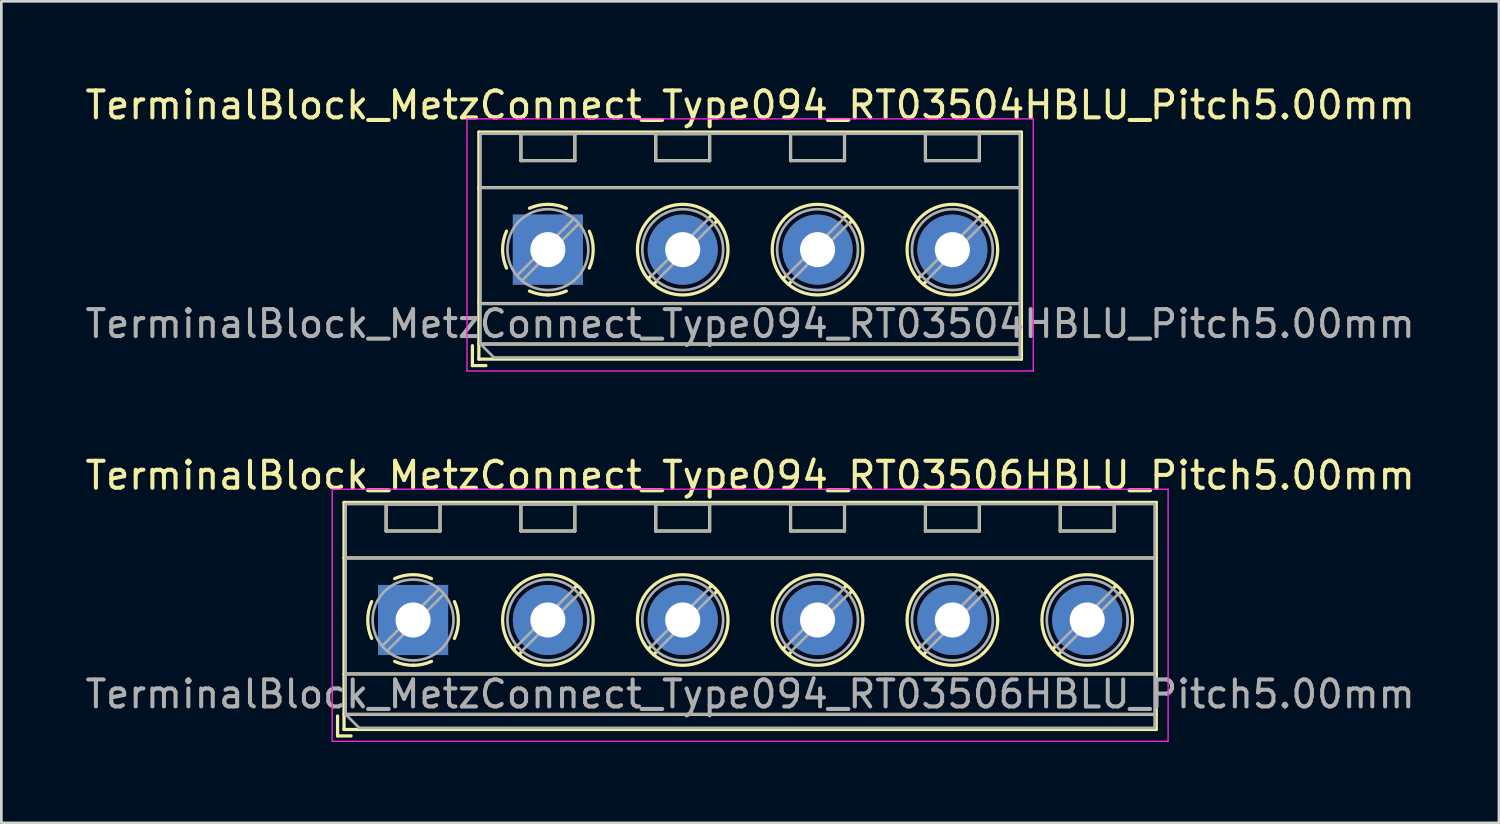
<source format=kicad_pcb>
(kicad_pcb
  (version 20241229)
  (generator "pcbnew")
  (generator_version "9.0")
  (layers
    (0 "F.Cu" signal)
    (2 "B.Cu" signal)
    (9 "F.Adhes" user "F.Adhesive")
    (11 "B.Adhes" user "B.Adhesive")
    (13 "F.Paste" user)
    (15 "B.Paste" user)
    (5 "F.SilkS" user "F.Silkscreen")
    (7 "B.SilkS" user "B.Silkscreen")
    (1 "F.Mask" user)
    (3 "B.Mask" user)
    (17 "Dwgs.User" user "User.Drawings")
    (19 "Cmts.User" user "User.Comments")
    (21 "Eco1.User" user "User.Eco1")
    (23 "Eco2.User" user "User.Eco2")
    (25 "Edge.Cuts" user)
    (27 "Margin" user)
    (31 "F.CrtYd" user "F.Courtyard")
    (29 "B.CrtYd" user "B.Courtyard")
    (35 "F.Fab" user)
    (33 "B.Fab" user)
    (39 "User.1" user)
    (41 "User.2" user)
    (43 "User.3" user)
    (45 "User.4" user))
  (footprint "TerminalBlock_MetzConnect_Type094_RT03506HBLU_Pitch5.00mm"
    (layer "F.Cu")
    (at 12.268 19.942)
    (property "Reference" "TerminalBlock_MetzConnect_Type094_RT03506HBLU_Pitch5.00mm" (at 12.5 -5.36 0) (layer "F.SilkS") (effects (font (size 1 1) (thickness 0.15))))
    (attr through_hole)
    (fp_line (start -2.8 3.56) (end -2.8 4.3) (stroke (width 0.12) (type solid)) (layer "F.SilkS"))
    (fp_line (start -2.8 4.3) (end -2.3 4.3) (stroke (width 0.12) (type solid)) (layer "F.SilkS"))
    (fp_line (start -2.56 -4.36) (end -2.56 4.06) (stroke (width 0.12) (type solid)) (layer "F.SilkS"))
    (fp_line (start -2.56 -2.3) (end 27.56 -2.3) (stroke (width 0.12) (type solid)) (layer "F.SilkS"))
    (fp_line (start -2.56 2) (end 27.56 2) (stroke (width 0.12) (type solid)) (layer "F.SilkS"))
    (fp_line (start -2.56 3.5) (end 27.56 3.5) (stroke (width 0.12) (type solid)) (layer "F.SilkS"))
    (fp_line (start -2.56 4.06) (end 27.56 4.06) (stroke (width 0.12) (type solid)) (layer "F.SilkS"))
    (fp_line (start -1 -4.3) (end -1 -3.3) (stroke (width 0.12) (type solid)) (layer "F.SilkS"))
    (fp_line (start -1 -4.3) (end 1 -4.3) (stroke (width 0.12) (type solid)) (layer "F.SilkS"))
    (fp_line (start -1 -3.3) (end 1 -3.3) (stroke (width 0.12) (type solid)) (layer "F.SilkS"))
    (fp_line (start 1 -4.3) (end 1 -3.3) (stroke (width 0.12) (type solid)) (layer "F.SilkS"))
    (fp_line (start 3.82 0.976) (end 3.726 1.069) (stroke (width 0.12) (type solid)) (layer "F.SilkS"))
    (fp_line (start 4 -4.3) (end 4 -3.3) (stroke (width 0.12) (type solid)) (layer "F.SilkS"))
    (fp_line (start 4 -4.3) (end 6 -4.3) (stroke (width 0.12) (type solid)) (layer "F.SilkS"))
    (fp_line (start 4 -3.3) (end 6 -3.3) (stroke (width 0.12) (type solid)) (layer "F.SilkS"))
    (fp_line (start 4.002 1.204) (end 3.931 1.274) (stroke (width 0.12) (type solid)) (layer "F.SilkS"))
    (fp_line (start 6 -4.3) (end 6 -3.3) (stroke (width 0.12) (type solid)) (layer "F.SilkS"))
    (fp_line (start 6.07 -1.275) (end 5.999 -1.204) (stroke (width 0.12) (type solid)) (layer "F.SilkS"))
    (fp_line (start 6.275 -1.069) (end 6.181 -0.976) (stroke (width 0.12) (type solid)) (layer "F.SilkS"))
    (fp_line (start 8.82 0.976) (end 8.726 1.069) (stroke (width 0.12) (type solid)) (layer "F.SilkS"))
    (fp_line (start 9 -4.3) (end 9 -3.3) (stroke (width 0.12) (type solid)) (layer "F.SilkS"))
    (fp_line (start 9 -4.3) (end 11 -4.3) (stroke (width 0.12) (type solid)) (layer "F.SilkS"))
    (fp_line (start 9 -3.3) (end 11 -3.3) (stroke (width 0.12) (type solid)) (layer "F.SilkS"))
    (fp_line (start 9.002 1.204) (end 8.931 1.274) (stroke (width 0.12) (type solid)) (layer "F.SilkS"))
    (fp_line (start 11 -4.3) (end 11 -3.3) (stroke (width 0.12) (type solid)) (layer "F.SilkS"))
    (fp_line (start 11.07 -1.275) (end 10.999 -1.204) (stroke (width 0.12) (type solid)) (layer "F.SilkS"))
    (fp_line (start 11.275 -1.069) (end 11.181 -0.976) (stroke (width 0.12) (type solid)) (layer "F.SilkS"))
    (fp_line (start 13.82 0.976) (end 13.726 1.069) (stroke (width 0.12) (type solid)) (layer "F.SilkS"))
    (fp_line (start 14 -4.3) (end 14 -3.3) (stroke (width 0.12) (type solid)) (layer "F.SilkS"))
    (fp_line (start 14 -4.3) (end 16 -4.3) (stroke (width 0.12) (type solid)) (layer "F.SilkS"))
    (fp_line (start 14 -3.3) (end 16 -3.3) (stroke (width 0.12) (type solid)) (layer "F.SilkS"))
    (fp_line (start 14.002 1.204) (end 13.931 1.274) (stroke (width 0.12) (type solid)) (layer "F.SilkS"))
    (fp_line (start 16 -4.3) (end 16 -3.3) (stroke (width 0.12) (type solid)) (layer "F.SilkS"))
    (fp_line (start 16.07 -1.275) (end 15.999 -1.204) (stroke (width 0.12) (type solid)) (layer "F.SilkS"))
    (fp_line (start 16.275 -1.069) (end 16.181 -0.976) (stroke (width 0.12) (type solid)) (layer "F.SilkS"))
    (fp_line (start 18.82 0.976) (end 18.726 1.069) (stroke (width 0.12) (type solid)) (layer "F.SilkS"))
    (fp_line (start 19 -4.3) (end 19 -3.3) (stroke (width 0.12) (type solid)) (layer "F.SilkS"))
    (fp_line (start 19 -4.3) (end 21 -4.3) (stroke (width 0.12) (type solid)) (layer "F.SilkS"))
    (fp_line (start 19 -3.3) (end 21 -3.3) (stroke (width 0.12) (type solid)) (layer "F.SilkS"))
    (fp_line (start 19.002 1.204) (end 18.931 1.274) (stroke (width 0.12) (type solid)) (layer "F.SilkS"))
    (fp_line (start 21 -4.3) (end 21 -3.3) (stroke (width 0.12) (type solid)) (layer "F.SilkS"))
    (fp_line (start 21.07 -1.275) (end 20.999 -1.204) (stroke (width 0.12) (type solid)) (layer "F.SilkS"))
    (fp_line (start 21.275 -1.069) (end 21.181 -0.976) (stroke (width 0.12) (type solid)) (layer "F.SilkS"))
    (fp_line (start 23.82 0.976) (end 23.726 1.069) (stroke (width 0.12) (type solid)) (layer "F.SilkS"))
    (fp_line (start 24 -4.3) (end 24 -3.3) (stroke (width 0.12) (type solid)) (layer "F.SilkS"))
    (fp_line (start 24 -4.3) (end 26 -4.3) (stroke (width 0.12) (type solid)) (layer "F.SilkS"))
    (fp_line (start 24 -3.3) (end 26 -3.3) (stroke (width 0.12) (type solid)) (layer "F.SilkS"))
    (fp_line (start 24.002 1.204) (end 23.931 1.274) (stroke (width 0.12) (type solid)) (layer "F.SilkS"))
    (fp_line (start 26 -4.3) (end 26 -3.3) (stroke (width 0.12) (type solid)) (layer "F.SilkS"))
    (fp_line (start 26.07 -1.275) (end 25.999 -1.204) (stroke (width 0.12) (type solid)) (layer "F.SilkS"))
    (fp_line (start 26.275 -1.069) (end 26.181 -0.976) (stroke (width 0.12) (type solid)) (layer "F.SilkS"))
    (fp_line (start 27.56 -4.36) (end -2.56 -4.36) (stroke (width 0.12) (type solid)) (layer "F.SilkS"))
    (fp_line (start 27.56 4.06) (end 27.56 -4.36) (stroke (width 0.12) (type solid)) (layer "F.SilkS"))
    (fp_arc (start -1.535427 0.683042) (mid -1.680501 -0.000524) (end -1.535 -0.684) (stroke (width 0.12) (type solid)) (layer "F.SilkS"))
    (fp_arc (start -0.683042 -1.535427) (mid 0.000524 -1.680501) (end 0.684 -1.535) (stroke (width 0.12) (type solid)) (layer "F.SilkS"))
    (fp_arc (start 0.028805 1.680253) (mid -0.335551 1.646659) (end -0.684 1.535) (stroke (width 0.12) (type solid)) (layer "F.SilkS"))
    (fp_arc (start 0.683318 1.534756) (mid 0.349292 1.643288) (end 0 1.68) (stroke (width 0.12) (type solid)) (layer "F.SilkS"))
    (fp_arc (start 1.535427 -0.683042) (mid 1.680501 0.000524) (end 1.535 0.684) (stroke (width 0.12) (type solid)) (layer "F.SilkS"))
    (fp_circle (center 5 0) (end 6.68 0) (stroke (width 0.12) (type solid)) (fill no) (layer "F.SilkS"))
    (fp_circle (center 10 0) (end 11.68 0) (stroke (width 0.12) (type solid)) (fill no) (layer "F.SilkS"))
    (fp_circle (center 15 0) (end 16.68 0) (stroke (width 0.12) (type solid)) (fill no) (layer "F.SilkS"))
    (fp_circle (center 20 0) (end 21.68 0) (stroke (width 0.12) (type solid)) (fill no) (layer "F.SilkS"))
    (fp_circle (center 25 0) (end 26.68 0) (stroke (width 0.12) (type solid)) (fill no) (layer "F.SilkS"))
    (fp_line (start -3 -4.85) (end -3 4.5) (stroke (width 0.05) (type solid)) (layer "F.CrtYd"))
    (fp_line (start -3 4.5) (end 28 4.5) (stroke (width 0.05) (type solid)) (layer "F.CrtYd"))
    (fp_line (start 28 -4.85) (end -3 -4.85) (stroke (width 0.05) (type solid)) (layer "F.CrtYd"))
    (fp_line (start 28 4.5) (end 28 -4.85) (stroke (width 0.05) (type solid)) (layer "F.CrtYd"))
    (fp_line (start -2.5 -4.3) (end 27.5 -4.3) (stroke (width 0.1) (type solid)) (layer "F.Fab"))
    (fp_line (start -2.5 -2.3) (end 27.5 -2.3) (stroke (width 0.1) (type solid)) (layer "F.Fab"))
    (fp_line (start -2.5 2) (end 27.5 2) (stroke (width 0.1) (type solid)) (layer "F.Fab"))
    (fp_line (start -2.5 3.5) (end -2.5 -4.3) (stroke (width 0.1) (type solid)) (layer "F.Fab"))
    (fp_line (start -2.5 3.5) (end 27.5 3.5) (stroke (width 0.1) (type solid)) (layer "F.Fab"))
    (fp_line (start -2 4) (end -2.5 3.5) (stroke (width 0.1) (type solid)) (layer "F.Fab"))
    (fp_line (start -1 -4.3) (end -1 -3.3) (stroke (width 0.1) (type solid)) (layer "F.Fab"))
    (fp_line (start -1 -3.3) (end 1 -3.3) (stroke (width 0.1) (type solid)) (layer "F.Fab"))
    (fp_line (start 0.955 -1.138) (end -1.138 0.955) (stroke (width 0.1) (type solid)) (layer "F.Fab"))
    (fp_line (start 1 -4.3) (end -1 -4.3) (stroke (width 0.1) (type solid)) (layer "F.Fab"))
    (fp_line (start 1 -3.3) (end 1 -4.3) (stroke (width 0.1) (type solid)) (layer "F.Fab"))
    (fp_line (start 1.138 -0.955) (end -0.955 1.138) (stroke (width 0.1) (type solid)) (layer "F.Fab"))
    (fp_line (start 4 -4.3) (end 4 -3.3) (stroke (width 0.1) (type solid)) (layer "F.Fab"))
    (fp_line (start 4 -3.3) (end 6 -3.3) (stroke (width 0.1) (type solid)) (layer "F.Fab"))
    (fp_line (start 5.955 -1.138) (end 3.863 0.955) (stroke (width 0.1) (type solid)) (layer "F.Fab"))
    (fp_line (start 6 -4.3) (end 4 -4.3) (stroke (width 0.1) (type solid)) (layer "F.Fab"))
    (fp_line (start 6 -3.3) (end 6 -4.3) (stroke (width 0.1) (type solid)) (layer "F.Fab"))
    (fp_line (start 6.138 -0.955) (end 4.046 1.138) (stroke (width 0.1) (type solid)) (layer "F.Fab"))
    (fp_line (start 9 -4.3) (end 9 -3.3) (stroke (width 0.1) (type solid)) (layer "F.Fab"))
    (fp_line (start 9 -3.3) (end 11 -3.3) (stroke (width 0.1) (type solid)) (layer "F.Fab"))
    (fp_line (start 10.955 -1.138) (end 8.863 0.955) (stroke (width 0.1) (type solid)) (layer "F.Fab"))
    (fp_line (start 11 -4.3) (end 9 -4.3) (stroke (width 0.1) (type solid)) (layer "F.Fab"))
    (fp_line (start 11 -3.3) (end 11 -4.3) (stroke (width 0.1) (type solid)) (layer "F.Fab"))
    (fp_line (start 11.138 -0.955) (end 9.046 1.138) (stroke (width 0.1) (type solid)) (layer "F.Fab"))
    (fp_line (start 14 -4.3) (end 14 -3.3) (stroke (width 0.1) (type solid)) (layer "F.Fab"))
    (fp_line (start 14 -3.3) (end 16 -3.3) (stroke (width 0.1) (type solid)) (layer "F.Fab"))
    (fp_line (start 15.955 -1.138) (end 13.863 0.955) (stroke (width 0.1) (type solid)) (layer "F.Fab"))
    (fp_line (start 16 -4.3) (end 14 -4.3) (stroke (width 0.1) (type solid)) (layer "F.Fab"))
    (fp_line (start 16 -3.3) (end 16 -4.3) (stroke (width 0.1) (type solid)) (layer "F.Fab"))
    (fp_line (start 16.138 -0.955) (end 14.046 1.138) (stroke (width 0.1) (type solid)) (layer "F.Fab"))
    (fp_line (start 19 -4.3) (end 19 -3.3) (stroke (width 0.1) (type solid)) (layer "F.Fab"))
    (fp_line (start 19 -3.3) (end 21 -3.3) (stroke (width 0.1) (type solid)) (layer "F.Fab"))
    (fp_line (start 20.955 -1.138) (end 18.863 0.955) (stroke (width 0.1) (type solid)) (layer "F.Fab"))
    (fp_line (start 21 -4.3) (end 19 -4.3) (stroke (width 0.1) (type solid)) (layer "F.Fab"))
    (fp_line (start 21 -3.3) (end 21 -4.3) (stroke (width 0.1) (type solid)) (layer "F.Fab"))
    (fp_line (start 21.138 -0.955) (end 19.046 1.138) (stroke (width 0.1) (type solid)) (layer "F.Fab"))
    (fp_line (start 24 -4.3) (end 24 -3.3) (stroke (width 0.1) (type solid)) (layer "F.Fab"))
    (fp_line (start 24 -3.3) (end 26 -3.3) (stroke (width 0.1) (type solid)) (layer "F.Fab"))
    (fp_line (start 25.955 -1.138) (end 23.863 0.955) (stroke (width 0.1) (type solid)) (layer "F.Fab"))
    (fp_line (start 26 -4.3) (end 24 -4.3) (stroke (width 0.1) (type solid)) (layer "F.Fab"))
    (fp_line (start 26 -3.3) (end 26 -4.3) (stroke (width 0.1) (type solid)) (layer "F.Fab"))
    (fp_line (start 26.138 -0.955) (end 24.046 1.138) (stroke (width 0.1) (type solid)) (layer "F.Fab"))
    (fp_line (start 27.5 -4.3) (end 27.5 4) (stroke (width 0.1) (type solid)) (layer "F.Fab"))
    (fp_line (start 27.5 4) (end -2 4) (stroke (width 0.1) (type solid)) (layer "F.Fab"))
    (fp_circle (center 0 0) (end 1.5 0) (stroke (width 0.1) (type solid)) (fill no) (layer "F.Fab"))
    (fp_circle (center 5 0) (end 6.5 0) (stroke (width 0.1) (type solid)) (fill no) (layer "F.Fab"))
    (fp_circle (center 10 0) (end 11.5 0) (stroke (width 0.1) (type solid)) (fill no) (layer "F.Fab"))
    (fp_circle (center 15 0) (end 16.5 0) (stroke (width 0.1) (type solid)) (fill no) (layer "F.Fab"))
    (fp_circle (center 20 0) (end 21.5 0) (stroke (width 0.1) (type solid)) (fill no) (layer "F.Fab"))
    (fp_circle (center 25 0) (end 26.5 0) (stroke (width 0.1) (type solid)) (fill no) (layer "F.Fab"))
    (fp_text user "${REFERENCE}" (at 12.5 2.75 0) (layer "F.Fab") (effects (font (size 1 1) (thickness 0.15))))
    (pad "1" thru_hole rect (at 0 0) (size 2.6 2.6) (drill 1.3) (layers "*.Cu" "*.Mask"))
    (pad "2" thru_hole oval (at 5 0) (size 2.6 2.6) (drill 1.3) (layers "*.Cu" "*.Mask"))
    (pad "3" thru_hole oval (at 10 0) (size 2.6 2.6) (drill 1.3) (layers "*.Cu" "*.Mask"))
    (pad "4" thru_hole oval (at 15 0) (size 2.6 2.6) (drill 1.3) (layers "*.Cu" "*.Mask"))
    (pad "5" thru_hole oval (at 20 0) (size 2.6 2.6) (drill 1.3) (layers "*.Cu" "*.Mask"))
    (pad "6" thru_hole oval (at 25 0) (size 2.6 2.6) (drill 1.3) (layers "*.Cu" "*.Mask")))
  (footprint "TerminalBlock_MetzConnect_Type094_RT03504HBLU_Pitch5.00mm"
    (layer "F.Cu")
    (at 17.268 6.208)
    (property "Reference" "TerminalBlock_MetzConnect_Type094_RT03504HBLU_Pitch5.00mm" (at 7.5 -5.36 0) (layer "F.SilkS") (effects (font (size 1 1) (thickness 0.15))))
    (attr through_hole)
    (fp_line (start -2.8 3.56) (end -2.8 4.3) (stroke (width 0.12) (type solid)) (layer "F.SilkS"))
    (fp_line (start -2.8 4.3) (end -2.3 4.3) (stroke (width 0.12) (type solid)) (layer "F.SilkS"))
    (fp_line (start -2.56 -4.36) (end -2.56 4.06) (stroke (width 0.12) (type solid)) (layer "F.SilkS"))
    (fp_line (start -2.56 -2.3) (end 17.56 -2.3) (stroke (width 0.12) (type solid)) (layer "F.SilkS"))
    (fp_line (start -2.56 2) (end 17.56 2) (stroke (width 0.12) (type solid)) (layer "F.SilkS"))
    (fp_line (start -2.56 3.5) (end 17.56 3.5) (stroke (width 0.12) (type solid)) (layer "F.SilkS"))
    (fp_line (start -2.56 4.06) (end 17.56 4.06) (stroke (width 0.12) (type solid)) (layer "F.SilkS"))
    (fp_line (start -1 -4.3) (end -1 -3.3) (stroke (width 0.12) (type solid)) (layer "F.SilkS"))
    (fp_line (start -1 -4.3) (end 1 -4.3) (stroke (width 0.12) (type solid)) (layer "F.SilkS"))
    (fp_line (start -1 -3.3) (end 1 -3.3) (stroke (width 0.12) (type solid)) (layer "F.SilkS"))
    (fp_line (start 1 -4.3) (end 1 -3.3) (stroke (width 0.12) (type solid)) (layer "F.SilkS"))
    (fp_line (start 3.82 0.976) (end 3.726 1.069) (stroke (width 0.12) (type solid)) (layer "F.SilkS"))
    (fp_line (start 4 -4.3) (end 4 -3.3) (stroke (width 0.12) (type solid)) (layer "F.SilkS"))
    (fp_line (start 4 -4.3) (end 6 -4.3) (stroke (width 0.12) (type solid)) (layer "F.SilkS"))
    (fp_line (start 4 -3.3) (end 6 -3.3) (stroke (width 0.12) (type solid)) (layer "F.SilkS"))
    (fp_line (start 4.002 1.204) (end 3.931 1.274) (stroke (width 0.12) (type solid)) (layer "F.SilkS"))
    (fp_line (start 6 -4.3) (end 6 -3.3) (stroke (width 0.12) (type solid)) (layer "F.SilkS"))
    (fp_line (start 6.07 -1.275) (end 5.999 -1.204) (stroke (width 0.12) (type solid)) (layer "F.SilkS"))
    (fp_line (start 6.275 -1.069) (end 6.181 -0.976) (stroke (width 0.12) (type solid)) (layer "F.SilkS"))
    (fp_line (start 8.82 0.976) (end 8.726 1.069) (stroke (width 0.12) (type solid)) (layer "F.SilkS"))
    (fp_line (start 9 -4.3) (end 9 -3.3) (stroke (width 0.12) (type solid)) (layer "F.SilkS"))
    (fp_line (start 9 -4.3) (end 11 -4.3) (stroke (width 0.12) (type solid)) (layer "F.SilkS"))
    (fp_line (start 9 -3.3) (end 11 -3.3) (stroke (width 0.12) (type solid)) (layer "F.SilkS"))
    (fp_line (start 9.002 1.204) (end 8.931 1.274) (stroke (width 0.12) (type solid)) (layer "F.SilkS"))
    (fp_line (start 11 -4.3) (end 11 -3.3) (stroke (width 0.12) (type solid)) (layer "F.SilkS"))
    (fp_line (start 11.07 -1.275) (end 10.999 -1.204) (stroke (width 0.12) (type solid)) (layer "F.SilkS"))
    (fp_line (start 11.275 -1.069) (end 11.181 -0.976) (stroke (width 0.12) (type solid)) (layer "F.SilkS"))
    (fp_line (start 13.82 0.976) (end 13.726 1.069) (stroke (width 0.12) (type solid)) (layer "F.SilkS"))
    (fp_line (start 14 -4.3) (end 14 -3.3) (stroke (width 0.12) (type solid)) (layer "F.SilkS"))
    (fp_line (start 14 -4.3) (end 16 -4.3) (stroke (width 0.12) (type solid)) (layer "F.SilkS"))
    (fp_line (start 14 -3.3) (end 16 -3.3) (stroke (width 0.12) (type solid)) (layer "F.SilkS"))
    (fp_line (start 14.002 1.204) (end 13.931 1.274) (stroke (width 0.12) (type solid)) (layer "F.SilkS"))
    (fp_line (start 16 -4.3) (end 16 -3.3) (stroke (width 0.12) (type solid)) (layer "F.SilkS"))
    (fp_line (start 16.07 -1.275) (end 15.999 -1.204) (stroke (width 0.12) (type solid)) (layer "F.SilkS"))
    (fp_line (start 16.275 -1.069) (end 16.181 -0.976) (stroke (width 0.12) (type solid)) (layer "F.SilkS"))
    (fp_line (start 17.56 -4.36) (end -2.56 -4.36) (stroke (width 0.12) (type solid)) (layer "F.SilkS"))
    (fp_line (start 17.56 4.06) (end 17.56 -4.36) (stroke (width 0.12) (type solid)) (layer "F.SilkS"))
    (fp_arc (start -1.535427 0.683042) (mid -1.680501 -0.000524) (end -1.535 -0.684) (stroke (width 0.12) (type solid)) (layer "F.SilkS"))
    (fp_arc (start -0.683042 -1.535427) (mid 0.000524 -1.680501) (end 0.684 -1.535) (stroke (width 0.12) (type solid)) (layer "F.SilkS"))
    (fp_arc (start 0.028805 1.680253) (mid -0.335551 1.646659) (end -0.684 1.535) (stroke (width 0.12) (type solid)) (layer "F.SilkS"))
    (fp_arc (start 0.683318 1.534756) (mid 0.349292 1.643288) (end 0 1.68) (stroke (width 0.12) (type solid)) (layer "F.SilkS"))
    (fp_arc (start 1.535427 -0.683042) (mid 1.680501 0.000524) (end 1.535 0.684) (stroke (width 0.12) (type solid)) (layer "F.SilkS"))
    (fp_circle (center 5 0) (end 6.68 0) (stroke (width 0.12) (type solid)) (fill no) (layer "F.SilkS"))
    (fp_circle (center 10 0) (end 11.68 0) (stroke (width 0.12) (type solid)) (fill no) (layer "F.SilkS"))
    (fp_circle (center 15 0) (end 16.68 0) (stroke (width 0.12) (type solid)) (fill no) (layer "F.SilkS"))
    (fp_line (start -3 -4.85) (end -3 4.5) (stroke (width 0.05) (type solid)) (layer "F.CrtYd"))
    (fp_line (start -3 4.5) (end 18 4.5) (stroke (width 0.05) (type solid)) (layer "F.CrtYd"))
    (fp_line (start 18 -4.85) (end -3 -4.85) (stroke (width 0.05) (type solid)) (layer "F.CrtYd"))
    (fp_line (start 18 4.5) (end 18 -4.85) (stroke (width 0.05) (type solid)) (layer "F.CrtYd"))
    (fp_line (start -2.5 -4.3) (end 17.5 -4.3) (stroke (width 0.1) (type solid)) (layer "F.Fab"))
    (fp_line (start -2.5 -2.3) (end 17.5 -2.3) (stroke (width 0.1) (type solid)) (layer "F.Fab"))
    (fp_line (start -2.5 2) (end 17.5 2) (stroke (width 0.1) (type solid)) (layer "F.Fab"))
    (fp_line (start -2.5 3.5) (end -2.5 -4.3) (stroke (width 0.1) (type solid)) (layer "F.Fab"))
    (fp_line (start -2.5 3.5) (end 17.5 3.5) (stroke (width 0.1) (type solid)) (layer "F.Fab"))
    (fp_line (start -2 4) (end -2.5 3.5) (stroke (width 0.1) (type solid)) (layer "F.Fab"))
    (fp_line (start -1 -4.3) (end -1 -3.3) (stroke (width 0.1) (type solid)) (layer "F.Fab"))
    (fp_line (start -1 -3.3) (end 1 -3.3) (stroke (width 0.1) (type solid)) (layer "F.Fab"))
    (fp_line (start 0.955 -1.138) (end -1.138 0.955) (stroke (width 0.1) (type solid)) (layer "F.Fab"))
    (fp_line (start 1 -4.3) (end -1 -4.3) (stroke (width 0.1) (type solid)) (layer "F.Fab"))
    (fp_line (start 1 -3.3) (end 1 -4.3) (stroke (width 0.1) (type solid)) (layer "F.Fab"))
    (fp_line (start 1.138 -0.955) (end -0.955 1.138) (stroke (width 0.1) (type solid)) (layer "F.Fab"))
    (fp_line (start 4 -4.3) (end 4 -3.3) (stroke (width 0.1) (type solid)) (layer "F.Fab"))
    (fp_line (start 4 -3.3) (end 6 -3.3) (stroke (width 0.1) (type solid)) (layer "F.Fab"))
    (fp_line (start 5.955 -1.138) (end 3.863 0.955) (stroke (width 0.1) (type solid)) (layer "F.Fab"))
    (fp_line (start 6 -4.3) (end 4 -4.3) (stroke (width 0.1) (type solid)) (layer "F.Fab"))
    (fp_line (start 6 -3.3) (end 6 -4.3) (stroke (width 0.1) (type solid)) (layer "F.Fab"))
    (fp_line (start 6.138 -0.955) (end 4.046 1.138) (stroke (width 0.1) (type solid)) (layer "F.Fab"))
    (fp_line (start 9 -4.3) (end 9 -3.3) (stroke (width 0.1) (type solid)) (layer "F.Fab"))
    (fp_line (start 9 -3.3) (end 11 -3.3) (stroke (width 0.1) (type solid)) (layer "F.Fab"))
    (fp_line (start 10.955 -1.138) (end 8.863 0.955) (stroke (width 0.1) (type solid)) (layer "F.Fab"))
    (fp_line (start 11 -4.3) (end 9 -4.3) (stroke (width 0.1) (type solid)) (layer "F.Fab"))
    (fp_line (start 11 -3.3) (end 11 -4.3) (stroke (width 0.1) (type solid)) (layer "F.Fab"))
    (fp_line (start 11.138 -0.955) (end 9.046 1.138) (stroke (width 0.1) (type solid)) (layer "F.Fab"))
    (fp_line (start 14 -4.3) (end 14 -3.3) (stroke (width 0.1) (type solid)) (layer "F.Fab"))
    (fp_line (start 14 -3.3) (end 16 -3.3) (stroke (width 0.1) (type solid)) (layer "F.Fab"))
    (fp_line (start 15.955 -1.138) (end 13.863 0.955) (stroke (width 0.1) (type solid)) (layer "F.Fab"))
    (fp_line (start 16 -4.3) (end 14 -4.3) (stroke (width 0.1) (type solid)) (layer "F.Fab"))
    (fp_line (start 16 -3.3) (end 16 -4.3) (stroke (width 0.1) (type solid)) (layer "F.Fab"))
    (fp_line (start 16.138 -0.955) (end 14.046 1.138) (stroke (width 0.1) (type solid)) (layer "F.Fab"))
    (fp_line (start 17.5 -4.3) (end 17.5 4) (stroke (width 0.1) (type solid)) (layer "F.Fab"))
    (fp_line (start 17.5 4) (end -2 4) (stroke (width 0.1) (type solid)) (layer "F.Fab"))
    (fp_circle (center 0 0) (end 1.5 0) (stroke (width 0.1) (type solid)) (fill no) (layer "F.Fab"))
    (fp_circle (center 5 0) (end 6.5 0) (stroke (width 0.1) (type solid)) (fill no) (layer "F.Fab"))
    (fp_circle (center 10 0) (end 11.5 0) (stroke (width 0.1) (type solid)) (fill no) (layer "F.Fab"))
    (fp_circle (center 15 0) (end 16.5 0) (stroke (width 0.1) (type solid)) (fill no) (layer "F.Fab"))
    (fp_text user "${REFERENCE}" (at 7.5 2.75 0) (layer "F.Fab") (effects (font (size 1 1) (thickness 0.15))))
    (pad "1" thru_hole rect (at 0 0) (size 2.6 2.6) (drill 1.3) (layers "*.Cu" "*.Mask"))
    (pad "2" thru_hole oval (at 5 0) (size 2.6 2.6) (drill 1.3) (layers "*.Cu" "*.Mask"))
    (pad "3" thru_hole oval (at 10 0) (size 2.6 2.6) (drill 1.3) (layers "*.Cu" "*.Mask"))
    (pad "4" thru_hole oval (at 15 0) (size 2.6 2.6) (drill 1.3) (layers "*.Cu" "*.Mask")))
  (gr_rect
    (start -3 -3)
    (end 52.536 27.466)
    (stroke (width 0.1) (type default))
    (fill no)
    (layer "Edge.Cuts")))
</source>
